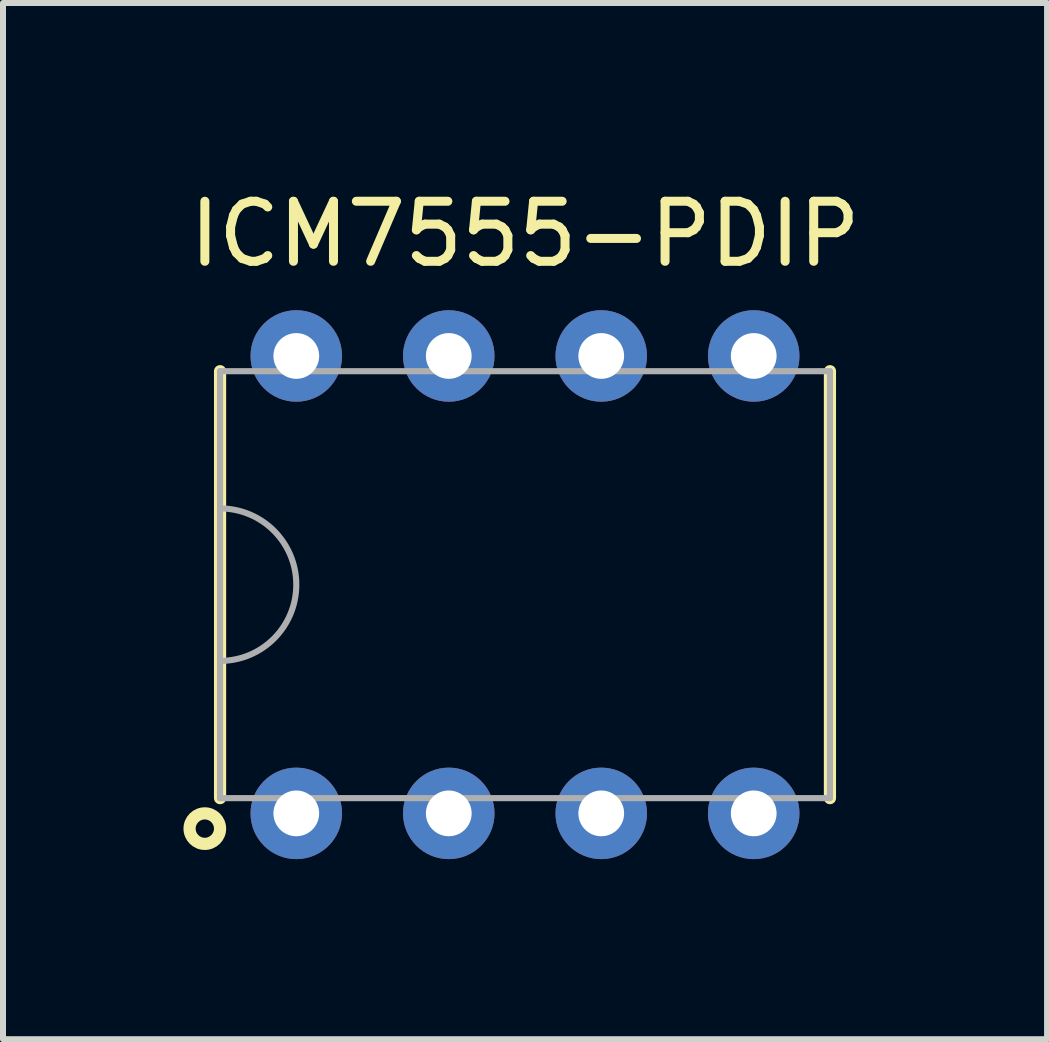
<source format=kicad_pcb>
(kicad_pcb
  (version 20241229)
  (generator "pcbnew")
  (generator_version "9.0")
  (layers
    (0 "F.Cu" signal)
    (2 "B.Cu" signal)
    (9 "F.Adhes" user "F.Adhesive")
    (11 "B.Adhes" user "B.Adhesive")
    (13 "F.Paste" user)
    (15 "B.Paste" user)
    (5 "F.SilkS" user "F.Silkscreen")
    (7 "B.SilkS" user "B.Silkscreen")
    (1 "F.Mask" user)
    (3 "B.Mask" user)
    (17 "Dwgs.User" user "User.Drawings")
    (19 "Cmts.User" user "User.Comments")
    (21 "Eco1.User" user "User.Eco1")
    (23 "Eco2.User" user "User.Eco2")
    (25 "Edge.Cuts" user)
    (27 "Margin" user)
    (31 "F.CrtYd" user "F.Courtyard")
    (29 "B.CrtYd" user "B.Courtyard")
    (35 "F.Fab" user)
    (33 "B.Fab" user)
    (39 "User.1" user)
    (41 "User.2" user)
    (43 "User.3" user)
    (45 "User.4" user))
  (footprint "ICM7555-PDIP"
    (layer "F.Cu")
    (at 5.696 6.69)
    (property "Reference" "ICM7555-PDIP" (at 0 -5.842 0) (layer "F.SilkS") (effects (font (size 1 1) (thickness 0.15))))
    (attr through_hole)
    (fp_line (start -5.08 3.556) (end -5.08 -3.556) (stroke (width 0.203) (type solid)) (layer "F.SilkS"))
    (fp_line (start 5.08 3.556) (end 5.08 -3.556) (stroke (width 0.203) (type solid)) (layer "F.SilkS"))
    (fp_circle (center -5.334 4.064) (end -5.08 4.064) (stroke (width 0.203) (type solid)) (fill no) (layer "F.SilkS"))
    (fp_line (start -5.08 3.556) (end -5.08 -3.556) (stroke (width 0.102) (type solid)) (layer "F.Fab"))
    (fp_line (start 5.08 -3.556) (end -5.08 -3.556) (stroke (width 0.102) (type solid)) (layer "F.Fab"))
    (fp_line (start 5.08 3.556) (end -5.08 3.556) (stroke (width 0.102) (type solid)) (layer "F.Fab"))
    (fp_line (start 5.08 3.556) (end 5.08 -3.556) (stroke (width 0.102) (type solid)) (layer "F.Fab"))
    (fp_arc (start -5.08 -1.27) (mid -3.81 0) (end -5.08 1.27) (stroke (width 0.1016) (type solid)) (layer "F.Fab"))
    (pad "1" thru_hole circle (at -3.81 3.81) (size 1.524 1.524) (drill 0.762) (layers "*.Cu" "*.Mask"))
    (pad "2" thru_hole circle (at -1.27 3.81) (size 1.524 1.524) (drill 0.762) (layers "*.Cu" "*.Mask"))
    (pad "3" thru_hole circle (at 1.27 3.81) (size 1.524 1.524) (drill 0.762) (layers "*.Cu" "*.Mask"))
    (pad "4" thru_hole circle (at 3.81 3.81) (size 1.524 1.524) (drill 0.762) (layers "*.Cu" "*.Mask"))
    (pad "5" thru_hole circle (at 3.81 -3.81) (size 1.524 1.524) (drill 0.762) (layers "*.Cu" "*.Mask"))
    (pad "6" thru_hole circle (at 1.27 -3.81) (size 1.524 1.524) (drill 0.762) (layers "*.Cu" "*.Mask"))
    (pad "7" thru_hole circle (at -1.27 -3.81) (size 1.524 1.524) (drill 0.762) (layers "*.Cu" "*.Mask"))
    (pad "8" thru_hole circle (at -3.81 -3.81) (size 1.524 1.524) (drill 0.762) (layers "*.Cu" "*.Mask")))
  (gr_rect
    (start -3 -3)
    (end 14.393 14.262)
    (stroke (width 0.1) (type default))
    (fill no)
    (layer "Edge.Cuts")))
</source>
